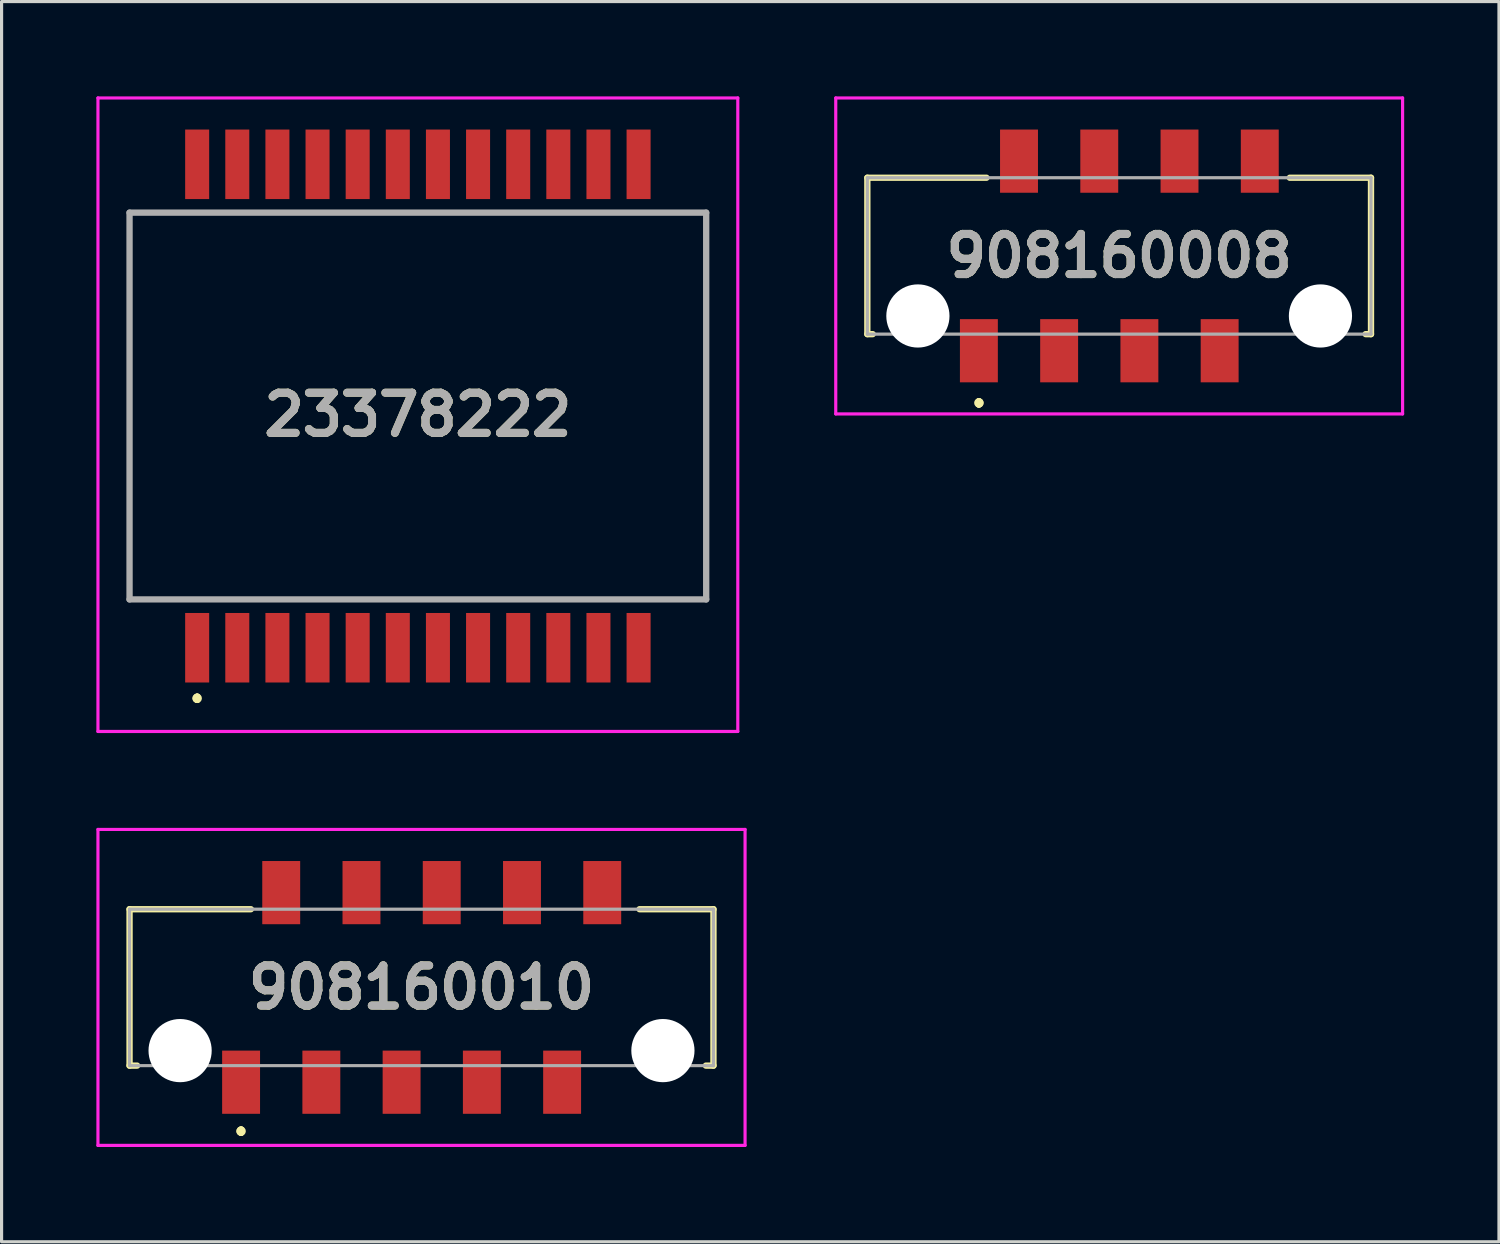
<source format=kicad_pcb>
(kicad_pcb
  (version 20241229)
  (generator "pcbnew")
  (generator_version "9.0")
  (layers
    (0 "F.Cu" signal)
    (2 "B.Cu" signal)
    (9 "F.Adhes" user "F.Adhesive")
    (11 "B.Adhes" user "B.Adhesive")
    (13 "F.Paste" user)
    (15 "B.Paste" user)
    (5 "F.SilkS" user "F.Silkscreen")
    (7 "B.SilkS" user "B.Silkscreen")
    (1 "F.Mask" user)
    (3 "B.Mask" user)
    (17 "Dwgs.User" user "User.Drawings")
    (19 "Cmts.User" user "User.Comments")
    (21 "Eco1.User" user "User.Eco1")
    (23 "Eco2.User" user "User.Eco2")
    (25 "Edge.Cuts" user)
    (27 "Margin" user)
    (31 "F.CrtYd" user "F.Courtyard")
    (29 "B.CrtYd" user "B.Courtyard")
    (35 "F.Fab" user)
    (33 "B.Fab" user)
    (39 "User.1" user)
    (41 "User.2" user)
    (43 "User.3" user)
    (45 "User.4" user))
  (footprint "23378222"
    (layer "F.Cu")
    (at 10.175 9.8)
    (property "Reference" "23378222" (at 0 0.275 0) (layer "F.SilkS") (effects (font (size 1.27 1.27) (thickness 0.254))))
    (attr smd)
    (fp_line (start -9.125 -6.12) (end -9.125 -6.12) (stroke (width 0.1) (type solid)) (layer "F.SilkS"))
    (fp_line (start -9.125 -6.12) (end -9.125 -6.12) (stroke (width 0.1) (type solid)) (layer "F.SilkS"))
    (fp_line (start -9.125 -6.12) (end -9.125 6.12) (stroke (width 0.1) (type solid)) (layer "F.SilkS"))
    (fp_line (start -9.125 -6.12) (end -7.75 -6.12) (stroke (width 0.1) (type solid)) (layer "F.SilkS"))
    (fp_line (start -9.125 6.12) (end -9.125 -6.12) (stroke (width 0.1) (type solid)) (layer "F.SilkS"))
    (fp_line (start -9.125 6.12) (end -9.125 6.12) (stroke (width 0.1) (type solid)) (layer "F.SilkS"))
    (fp_line (start -9.125 6.12) (end -9.125 6.12) (stroke (width 0.1) (type solid)) (layer "F.SilkS"))
    (fp_line (start -9.125 6.12) (end -8 6.12) (stroke (width 0.1) (type solid)) (layer "F.SilkS"))
    (fp_line (start -8 6.12) (end -9.125 6.12) (stroke (width 0.1) (type solid)) (layer "F.SilkS"))
    (fp_line (start -8 6.12) (end -8 6.12) (stroke (width 0.1) (type solid)) (layer "F.SilkS"))
    (fp_line (start -7.75 -6.12) (end -9.125 -6.12) (stroke (width 0.1) (type solid)) (layer "F.SilkS"))
    (fp_line (start -7.75 -6.12) (end -7.75 -6.12) (stroke (width 0.1) (type solid)) (layer "F.SilkS"))
    (fp_line (start -6.985 9.2) (end -6.985 9.2) (stroke (width 0.2) (type solid)) (layer "F.SilkS"))
    (fp_line (start -6.985 9.2) (end -6.985 9.2) (stroke (width 0.2) (type solid)) (layer "F.SilkS"))
    (fp_line (start -6.985 9.3) (end -6.985 9.3) (stroke (width 0.2) (type solid)) (layer "F.SilkS"))
    (fp_line (start 8 -6.12) (end 8 -6.12) (stroke (width 0.1) (type solid)) (layer "F.SilkS"))
    (fp_line (start 8 -6.12) (end 9.125 -6.12) (stroke (width 0.1) (type solid)) (layer "F.SilkS"))
    (fp_line (start 8 6.12) (end 8 6.12) (stroke (width 0.1) (type solid)) (layer "F.SilkS"))
    (fp_line (start 8 6.12) (end 9.125 6.12) (stroke (width 0.1) (type solid)) (layer "F.SilkS"))
    (fp_line (start 9.125 -6.12) (end 8 -6.12) (stroke (width 0.1) (type solid)) (layer "F.SilkS"))
    (fp_line (start 9.125 -6.12) (end 9.125 -6.12) (stroke (width 0.1) (type solid)) (layer "F.SilkS"))
    (fp_line (start 9.125 -6.12) (end 9.125 -6.12) (stroke (width 0.1) (type solid)) (layer "F.SilkS"))
    (fp_line (start 9.125 -6.12) (end 9.125 6.12) (stroke (width 0.1) (type solid)) (layer "F.SilkS"))
    (fp_line (start 9.125 6.12) (end 8 6.12) (stroke (width 0.1) (type solid)) (layer "F.SilkS"))
    (fp_line (start 9.125 6.12) (end 9.125 -6.12) (stroke (width 0.1) (type solid)) (layer "F.SilkS"))
    (fp_line (start 9.125 6.12) (end 9.125 6.12) (stroke (width 0.1) (type solid)) (layer "F.SilkS"))
    (fp_line (start 9.125 6.12) (end 9.125 6.12) (stroke (width 0.1) (type solid)) (layer "F.SilkS"))
    (fp_arc (start -6.985 9.2) (mid -6.935 9.25) (end -6.985 9.3) (stroke (width 0.2) (type solid)) (layer "F.SilkS"))
    (fp_arc (start -6.985 9.3) (mid -7.035 9.25) (end -6.985 9.2) (stroke (width 0.2) (type solid)) (layer "F.SilkS"))
    (fp_arc (start -6.985 9.3) (mid -7.035 9.25) (end -6.985 9.2) (stroke (width 0.2) (type solid)) (layer "F.SilkS"))
    (fp_line (start -10.125 -9.75) (end 10.125 -9.75) (stroke (width 0.1) (type solid)) (layer "F.CrtYd"))
    (fp_line (start -10.125 10.3) (end -10.125 -9.75) (stroke (width 0.1) (type solid)) (layer "F.CrtYd"))
    (fp_line (start 10.125 -9.75) (end 10.125 10.3) (stroke (width 0.1) (type solid)) (layer "F.CrtYd"))
    (fp_line (start 10.125 10.3) (end -10.125 10.3) (stroke (width 0.1) (type solid)) (layer "F.CrtYd"))
    (fp_line (start -9.125 -6.12) (end -9.125 6.12) (stroke (width 0.2) (type solid)) (layer "F.Fab"))
    (fp_line (start -9.125 6.12) (end 9.125 6.12) (stroke (width 0.2) (type solid)) (layer "F.Fab"))
    (fp_line (start 9.125 -6.12) (end -9.125 -6.12) (stroke (width 0.2) (type solid)) (layer "F.Fab"))
    (fp_line (start 9.125 6.12) (end 9.125 -6.12) (stroke (width 0.2) (type solid)) (layer "F.Fab"))
    (fp_text user "${REFERENCE}" (at 0 0.275 0) (layer "F.Fab") (effects (font (size 1.27 1.27) (thickness 0.254))))
    (pad "1" smd rect (at -6.985 7.65) (size 0.76 2.2) (layers "F.Cu" "F.Mask" "F.Paste"))
    (pad "2" smd rect (at -5.715 7.65) (size 0.76 2.2) (layers "F.Cu" "F.Mask" "F.Paste"))
    (pad "3" smd rect (at -4.445 7.65) (size 0.76 2.2) (layers "F.Cu" "F.Mask" "F.Paste"))
    (pad "4" smd rect (at -3.175 7.65) (size 0.76 2.2) (layers "F.Cu" "F.Mask" "F.Paste"))
    (pad "5" smd rect (at -1.905 7.65) (size 0.76 2.2) (layers "F.Cu" "F.Mask" "F.Paste"))
    (pad "6" smd rect (at -0.635 7.65) (size 0.76 2.2) (layers "F.Cu" "F.Mask" "F.Paste"))
    (pad "7" smd rect (at 0.635 7.65) (size 0.76 2.2) (layers "F.Cu" "F.Mask" "F.Paste"))
    (pad "8" smd rect (at 1.905 7.65) (size 0.76 2.2) (layers "F.Cu" "F.Mask" "F.Paste"))
    (pad "9" smd rect (at 3.175 7.65) (size 0.76 2.2) (layers "F.Cu" "F.Mask" "F.Paste"))
    (pad "10" smd rect (at 4.445 7.65) (size 0.76 2.2) (layers "F.Cu" "F.Mask" "F.Paste"))
    (pad "11" smd rect (at 5.715 7.65) (size 0.76 2.2) (layers "F.Cu" "F.Mask" "F.Paste"))
    (pad "12" smd rect (at 6.985 7.65) (size 0.76 2.2) (layers "F.Cu" "F.Mask" "F.Paste"))
    (pad "13" smd rect (at 6.985 -7.65) (size 0.76 2.2) (layers "F.Cu" "F.Mask" "F.Paste"))
    (pad "14" smd rect (at 5.715 -7.65) (size 0.76 2.2) (layers "F.Cu" "F.Mask" "F.Paste"))
    (pad "15" smd rect (at 4.445 -7.65) (size 0.76 2.2) (layers "F.Cu" "F.Mask" "F.Paste"))
    (pad "16" smd rect (at 3.175 -7.65) (size 0.76 2.2) (layers "F.Cu" "F.Mask" "F.Paste"))
    (pad "17" smd rect (at 1.905 -7.65) (size 0.76 2.2) (layers "F.Cu" "F.Mask" "F.Paste"))
    (pad "18" smd rect (at 0.635 -7.65) (size 0.76 2.2) (layers "F.Cu" "F.Mask" "F.Paste"))
    (pad "19" smd rect (at -0.635 -7.65) (size 0.76 2.2) (layers "F.Cu" "F.Mask" "F.Paste"))
    (pad "20" smd rect (at -1.905 -7.65) (size 0.76 2.2) (layers "F.Cu" "F.Mask" "F.Paste"))
    (pad "21" smd rect (at -3.175 -7.65) (size 0.76 2.2) (layers "F.Cu" "F.Mask" "F.Paste"))
    (pad "22" smd rect (at -4.445 -7.65) (size 0.76 2.2) (layers "F.Cu" "F.Mask" "F.Paste"))
    (pad "23" smd rect (at -5.715 -7.65) (size 0.76 2.2) (layers "F.Cu" "F.Mask" "F.Paste"))
    (pad "24" smd rect (at -6.985 -7.65) (size 0.76 2.2) (layers "F.Cu" "F.Mask" "F.Paste")))
  (footprint "908160008"
    (layer "F.Cu")
    (at 32.37 5.05)
    (property "Reference" "908160008" (at 0 0 0) (layer "F.SilkS") (effects (font (size 1.27 1.27) (thickness 0.254))))
    (attr through_hole)
    (fp_line (start -7.97 -2.475) (end -7.97 2.475) (stroke (width 0.2) (type solid)) (layer "F.SilkS"))
    (fp_line (start -7.97 2.475) (end -7.8 2.475) (stroke (width 0.2) (type solid)) (layer "F.SilkS"))
    (fp_line (start -4.44 4.6) (end -4.44 4.6) (stroke (width 0.2) (type solid)) (layer "F.SilkS"))
    (fp_line (start -4.44 4.7) (end -4.44 4.7) (stroke (width 0.2) (type solid)) (layer "F.SilkS"))
    (fp_line (start -4.44 4.7) (end -4.44 4.7) (stroke (width 0.2) (type solid)) (layer "F.SilkS"))
    (fp_line (start -4.2 -2.475) (end -7.97 -2.475) (stroke (width 0.2) (type solid)) (layer "F.SilkS"))
    (fp_line (start 7.8 2.475) (end 7.97 2.475) (stroke (width 0.2) (type solid)) (layer "F.SilkS"))
    (fp_line (start 7.97 -2.475) (end 5.4 -2.475) (stroke (width 0.2) (type solid)) (layer "F.SilkS"))
    (fp_line (start 7.97 2.475) (end 7.97 -2.475) (stroke (width 0.2) (type solid)) (layer "F.SilkS"))
    (fp_arc (start -4.44 4.6) (mid -4.39 4.65) (end -4.44 4.7) (stroke (width 0.2) (type solid)) (layer "F.SilkS"))
    (fp_arc (start -4.44 4.6) (mid -4.39 4.65) (end -4.44 4.7) (stroke (width 0.2) (type solid)) (layer "F.SilkS"))
    (fp_arc (start -4.44 4.7) (mid -4.49 4.65) (end -4.44 4.6) (stroke (width 0.2) (type solid)) (layer "F.SilkS"))
    (fp_line (start -8.97 -5) (end 8.97 -5) (stroke (width 0.1) (type solid)) (layer "F.CrtYd"))
    (fp_line (start -8.97 5) (end -8.97 -5) (stroke (width 0.1) (type solid)) (layer "F.CrtYd"))
    (fp_line (start 8.97 -5) (end 8.97 5) (stroke (width 0.1) (type solid)) (layer "F.CrtYd"))
    (fp_line (start 8.97 5) (end -8.97 5) (stroke (width 0.1) (type solid)) (layer "F.CrtYd"))
    (fp_line (start -7.97 -2.475) (end -7.97 2.475) (stroke (width 0.1) (type solid)) (layer "F.Fab"))
    (fp_line (start -7.97 2.475) (end 7.97 2.475) (stroke (width 0.1) (type solid)) (layer "F.Fab"))
    (fp_line (start 7.97 -2.475) (end -7.97 -2.475) (stroke (width 0.1) (type solid)) (layer "F.Fab"))
    (fp_line (start 7.97 2.475) (end 7.97 -2.475) (stroke (width 0.1) (type solid)) (layer "F.Fab"))
    (fp_text user "${REFERENCE}" (at 0 0 0) (layer "F.Fab") (effects (font (size 1.27 1.27) (thickness 0.254))))
    (pad "" np_thru_hole circle (at -6.37 1.9) (size 2 2) (drill 2) (layers "*.Cu" "*.Mask"))
    (pad "" np_thru_hole circle (at 6.37 1.9) (size 2 2) (drill 2) (layers "*.Cu" "*.Mask"))
    (pad "1" smd rect (at -4.44 3) (size 1.2 2) (layers "F.Cu" "F.Mask" "F.Paste"))
    (pad "2" smd rect (at -3.17 -3) (size 1.2 2) (layers "F.Cu" "F.Mask" "F.Paste"))
    (pad "3" smd rect (at -1.9 3) (size 1.2 2) (layers "F.Cu" "F.Mask" "F.Paste"))
    (pad "4" smd rect (at -0.63 -3) (size 1.2 2) (layers "F.Cu" "F.Mask" "F.Paste"))
    (pad "5" smd rect (at 0.64 3) (size 1.2 2) (layers "F.Cu" "F.Mask" "F.Paste"))
    (pad "6" smd rect (at 1.91 -3) (size 1.2 2) (layers "F.Cu" "F.Mask" "F.Paste"))
    (pad "7" smd rect (at 3.18 3) (size 1.2 2) (layers "F.Cu" "F.Mask" "F.Paste"))
    (pad "8" smd rect (at 4.45 -3) (size 1.2 2) (layers "F.Cu" "F.Mask" "F.Paste")))
  (footprint "908160010"
    (layer "F.Cu")
    (at 10.29 28.2)
    (property "Reference" "908160010" (at 0 0 0) (layer "F.SilkS") (effects (font (size 1.27 1.27) (thickness 0.254))))
    (attr through_hole)
    (fp_line (start -9.24 -2.475) (end -9.24 2.475) (stroke (width 0.2) (type solid)) (layer "F.SilkS"))
    (fp_line (start -9.24 2.475) (end -9 2.475) (stroke (width 0.2) (type solid)) (layer "F.SilkS"))
    (fp_line (start -5.71 4.5) (end -5.71 4.5) (stroke (width 0.2) (type solid)) (layer "F.SilkS"))
    (fp_line (start -5.71 4.5) (end -5.71 4.5) (stroke (width 0.2) (type solid)) (layer "F.SilkS"))
    (fp_line (start -5.71 4.6) (end -5.71 4.6) (stroke (width 0.2) (type solid)) (layer "F.SilkS"))
    (fp_line (start -5.4 -2.475) (end -9.24 -2.475) (stroke (width 0.2) (type solid)) (layer "F.SilkS"))
    (fp_line (start 9 2.475) (end 9.24 2.475) (stroke (width 0.2) (type solid)) (layer "F.SilkS"))
    (fp_line (start 9.24 -2.475) (end 6.9 -2.475) (stroke (width 0.2) (type solid)) (layer "F.SilkS"))
    (fp_line (start 9.24 2.475) (end 9.24 -2.475) (stroke (width 0.2) (type solid)) (layer "F.SilkS"))
    (fp_arc (start -5.71 4.5) (mid -5.66 4.55) (end -5.71 4.6) (stroke (width 0.2) (type solid)) (layer "F.SilkS"))
    (fp_arc (start -5.71 4.6) (mid -5.76 4.55) (end -5.71 4.5) (stroke (width 0.2) (type solid)) (layer "F.SilkS"))
    (fp_arc (start -5.71 4.6) (mid -5.76 4.55) (end -5.71 4.5) (stroke (width 0.2) (type solid)) (layer "F.SilkS"))
    (fp_line (start -10.24 -5) (end 10.24 -5) (stroke (width 0.1) (type solid)) (layer "F.CrtYd"))
    (fp_line (start -10.24 5) (end -10.24 -5) (stroke (width 0.1) (type solid)) (layer "F.CrtYd"))
    (fp_line (start 10.24 -5) (end 10.24 5) (stroke (width 0.1) (type solid)) (layer "F.CrtYd"))
    (fp_line (start 10.24 5) (end -10.24 5) (stroke (width 0.1) (type solid)) (layer "F.CrtYd"))
    (fp_line (start -9.24 -2.475) (end -9.24 2.475) (stroke (width 0.1) (type solid)) (layer "F.Fab"))
    (fp_line (start -9.24 2.475) (end 9.24 2.475) (stroke (width 0.1) (type solid)) (layer "F.Fab"))
    (fp_line (start 9.24 -2.475) (end -9.24 -2.475) (stroke (width 0.1) (type solid)) (layer "F.Fab"))
    (fp_line (start 9.24 2.475) (end 9.24 -2.475) (stroke (width 0.1) (type solid)) (layer "F.Fab"))
    (fp_text user "${REFERENCE}" (at 0 0 0) (layer "F.Fab") (effects (font (size 1.27 1.27) (thickness 0.254))))
    (pad "" np_thru_hole circle (at -7.64 2) (size 2 2) (drill 2) (layers "*.Cu" "*.Mask"))
    (pad "" np_thru_hole circle (at 7.64 2) (size 2 2) (drill 2) (layers "*.Cu" "*.Mask"))
    (pad "1" smd rect (at -5.71 3) (size 1.2 2) (layers "F.Cu" "F.Mask" "F.Paste"))
    (pad "2" smd rect (at -4.44 -3) (size 1.2 2) (layers "F.Cu" "F.Mask" "F.Paste"))
    (pad "3" smd rect (at -3.17 3) (size 1.2 2) (layers "F.Cu" "F.Mask" "F.Paste"))
    (pad "4" smd rect (at -1.9 -3) (size 1.2 2) (layers "F.Cu" "F.Mask" "F.Paste"))
    (pad "5" smd rect (at -0.63 3) (size 1.2 2) (layers "F.Cu" "F.Mask" "F.Paste"))
    (pad "6" smd rect (at 0.64 -3) (size 1.2 2) (layers "F.Cu" "F.Mask" "F.Paste"))
    (pad "7" smd rect (at 1.91 3) (size 1.2 2) (layers "F.Cu" "F.Mask" "F.Paste"))
    (pad "8" smd rect (at 3.18 -3) (size 1.2 2) (layers "F.Cu" "F.Mask" "F.Paste"))
    (pad "9" smd rect (at 4.45 3) (size 1.2 2) (layers "F.Cu" "F.Mask" "F.Paste"))
    (pad "10" smd rect (at 5.72 -3) (size 1.2 2) (layers "F.Cu" "F.Mask" "F.Paste")))
  (gr_rect
    (start -3 -3)
    (end 44.39 36.25)
    (stroke (width 0.1) (type default))
    (fill no)
    (layer "Edge.Cuts")))
</source>
